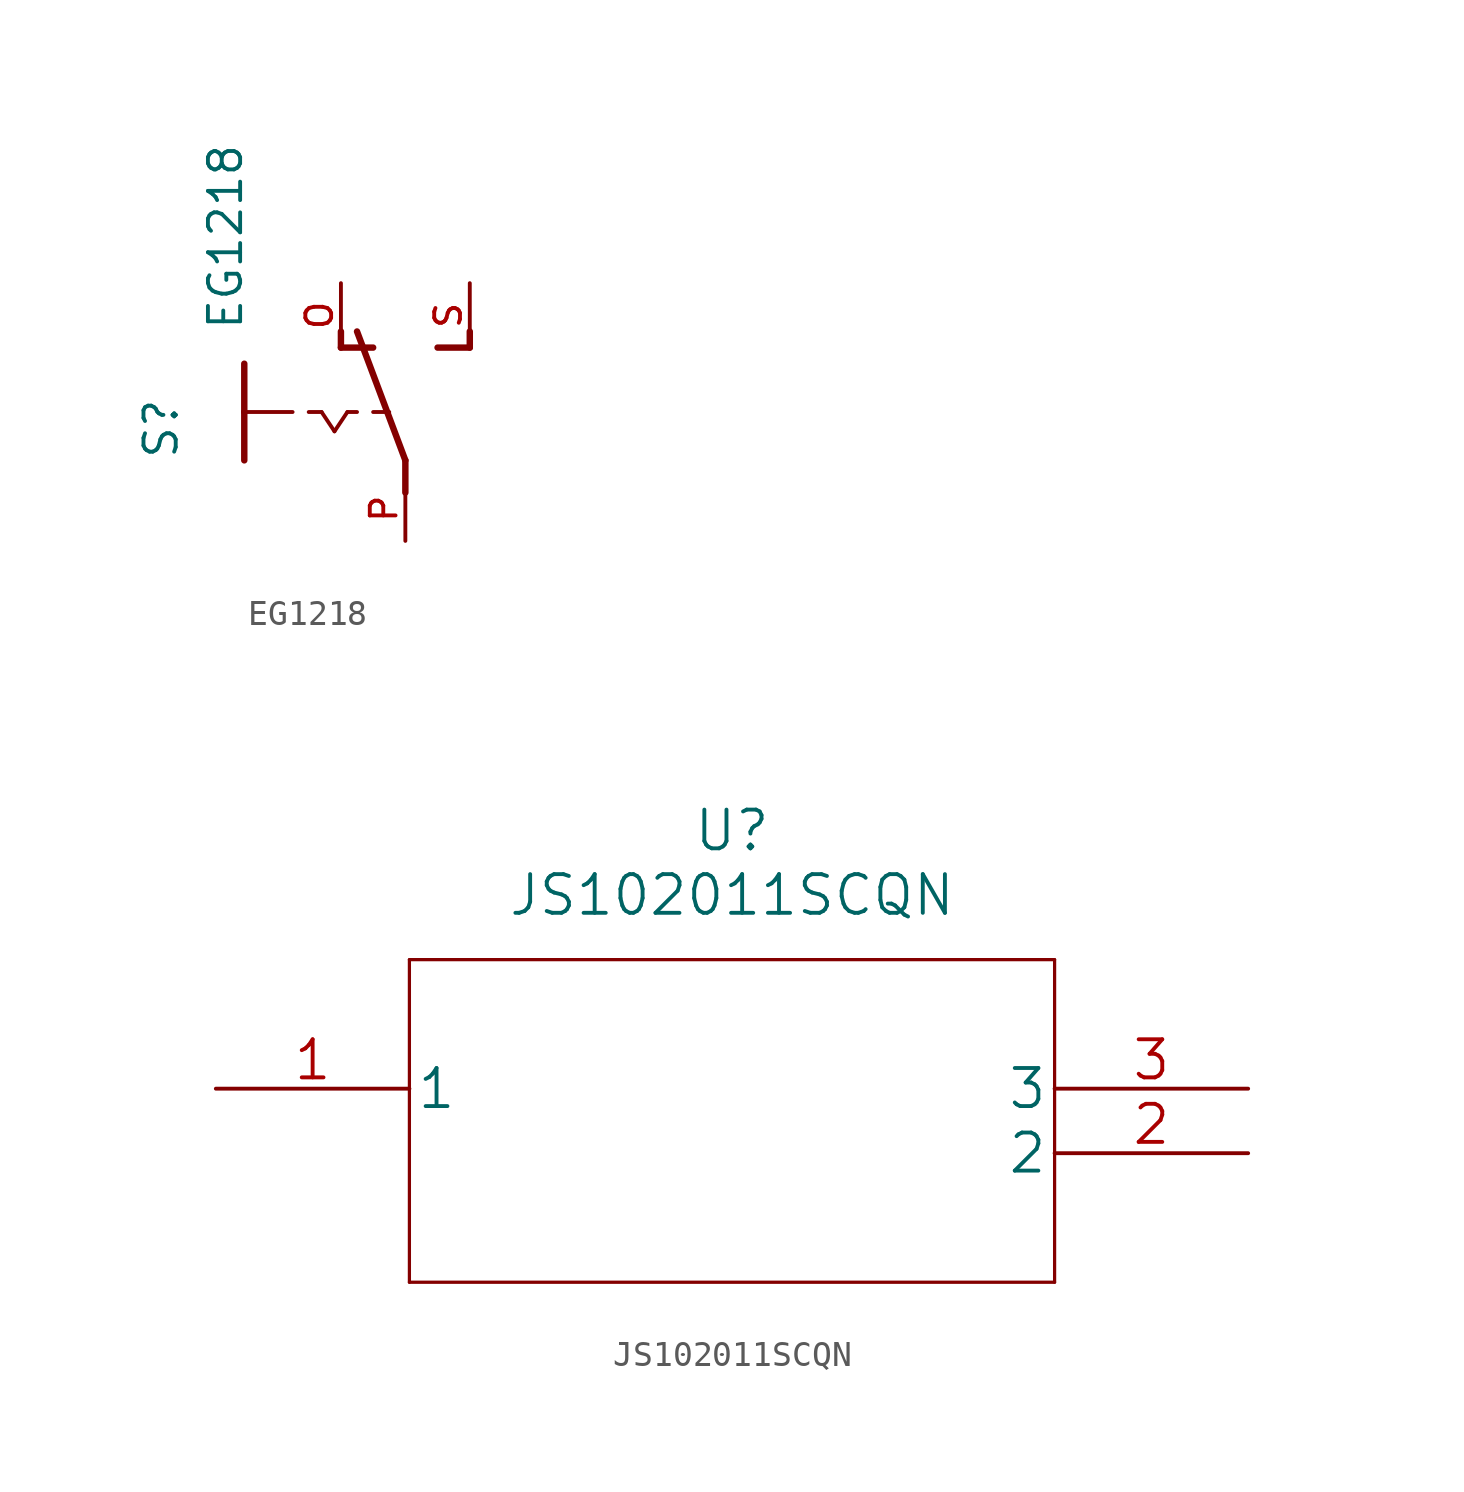
<source format=kicad_sym>
(kicad_symbol_lib
  (version 20211014)
  (generator kicad_symbol_editor)
  (symbol "EG1218"
    (pin_names
      (offset 1.016) hide)
    (property "Reference" "S"
      (at -6.35 -1.905 90)
      (effects (font (size 1.27 1.27)) (justify left bottom)))
    (property "Value" "EG1218"
      (at -3.81 3.175 90)
      (effects (font (size 1.27 1.27)) (justify left bottom)))
    (property "ki_locked" ""
      (at 0 0 0)
      (effects (font (size 1.27 1.27))))
    (symbol "EG1218_0_0"
      (polyline (pts (xy -3.81 0) (xy -3.81 -1.905)) (stroke (width 0.254) (type default) (color 0 0 0 0)) (fill (type none)))
      (polyline (pts (xy -3.81 0) (xy -1.905 0)) (stroke (width 0.152) (type default) (color 0 0 0 0)) (fill (type none)))
      (polyline (pts (xy -3.81 1.905) (xy -3.81 0)) (stroke (width 0.254) (type default) (color 0 0 0 0)) (fill (type none)))
      (polyline (pts (xy -1.27 0) (xy -0.762 0)) (stroke (width 0.152) (type default) (color 0 0 0 0)) (fill (type none)))
      (polyline (pts (xy -0.762 0) (xy -0.254 -0.762)) (stroke (width 0.152) (type default) (color 0 0 0 0)) (fill (type none)))
      (polyline (pts (xy -0.254 -0.762) (xy 0.254 0)) (stroke (width 0.152) (type default) (color 0 0 0 0)) (fill (type none)))
      (polyline (pts (xy 0 2.54) (xy 0 3.175)) (stroke (width 0.254) (type default) (color 0 0 0 0)) (fill (type none)))
      (polyline (pts (xy 0 2.54) (xy 1.27 2.54)) (stroke (width 0.254) (type default) (color 0 0 0 0)) (fill (type none)))
      (polyline (pts (xy 0.254 0) (xy 0.635 0)) (stroke (width 0.152) (type default) (color 0 0 0 0)) (fill (type none)))
      (polyline (pts (xy 1.27 0) (xy 1.905 0)) (stroke (width 0.152) (type default) (color 0 0 0 0)) (fill (type none)))
      (polyline (pts (xy 2.54 -3.175) (xy 2.54 -1.905)) (stroke (width 0.254) (type default) (color 0 0 0 0)) (fill (type none)))
      (polyline (pts (xy 2.54 -1.905) (xy 0.635 3.175)) (stroke (width 0.254) (type default) (color 0 0 0 0)) (fill (type none)))
      (polyline (pts (xy 3.81 2.54) (xy 5.08 2.54)) (stroke (width 0.254) (type default) (color 0 0 0 0)) (fill (type none)))
      (polyline (pts (xy 5.08 2.54) (xy 5.08 3.175)) (stroke (width 0.254) (type default) (color 0 0 0 0)) (fill (type none)))
      (pin passive line (at 0 5.08 270) (length 2.54) (name "~" (effects (font (size 1.016 1.016)))) (number "O" (effects (font (size 1.016 1.016)))))
      (pin passive line (at 2.54 -5.08 90) (length 2.54) (name "~" (effects (font (size 1.016 1.016)))) (number "P" (effects (font (size 1.016 1.016)))))
      (pin passive line (at 5.08 5.08 270) (length 2.54) (name "~" (effects (font (size 1.016 1.016)))) (number "S" (effects (font (size 1.016 1.016)))))))
  (symbol "JS102011SCQN"
    (pin_names
      (offset 0.254))
    (property "Reference" "U"
      (at 20.32 10.16 0)
      (effects (font (size 1.524 1.524))))
    (property "Value" "JS102011SCQN"
      (at 20.32 7.62 0)
      (effects (font (size 1.524 1.524))))
    (property "Datasheet" ""
      (at 0 0 0)
      (effects (font (size 1.524 1.524))))
    (property "ki_locked" ""
      (at 0 0 0)
      (effects (font (size 1.27 1.27))))
    (symbol "JS102011SCQN_1_1"
      (polyline (pts (xy 7.62 -7.62) (xy 33.02 -7.62)) (stroke (width 0.127) (type default) (color 0 0 0 0)) (fill (type none)))
      (polyline (pts (xy 7.62 5.08) (xy 7.62 -7.62)) (stroke (width 0.127) (type default) (color 0 0 0 0)) (fill (type none)))
      (polyline (pts (xy 33.02 -7.62) (xy 33.02 5.08)) (stroke (width 0.127) (type default) (color 0 0 0 0)) (fill (type none)))
      (polyline (pts (xy 33.02 5.08) (xy 7.62 5.08)) (stroke (width 0.127) (type default) (color 0 0 0 0)) (fill (type none)))
      (pin unspecified line (at 0 0 0) (length 7.62) (name "1" (effects (font (size 1.499 1.499)))) (number "1" (effects (font (size 1.499 1.499)))))
      (pin unspecified line (at 40.64 -2.54 180) (length 7.62) (name "2" (effects (font (size 1.499 1.499)))) (number "2" (effects (font (size 1.499 1.499)))))
      (pin unspecified line (at 40.64 0 180) (length 7.62) (name "3" (effects (font (size 1.499 1.499)))) (number "3" (effects (font (size 1.499 1.499))))))))
</source>
